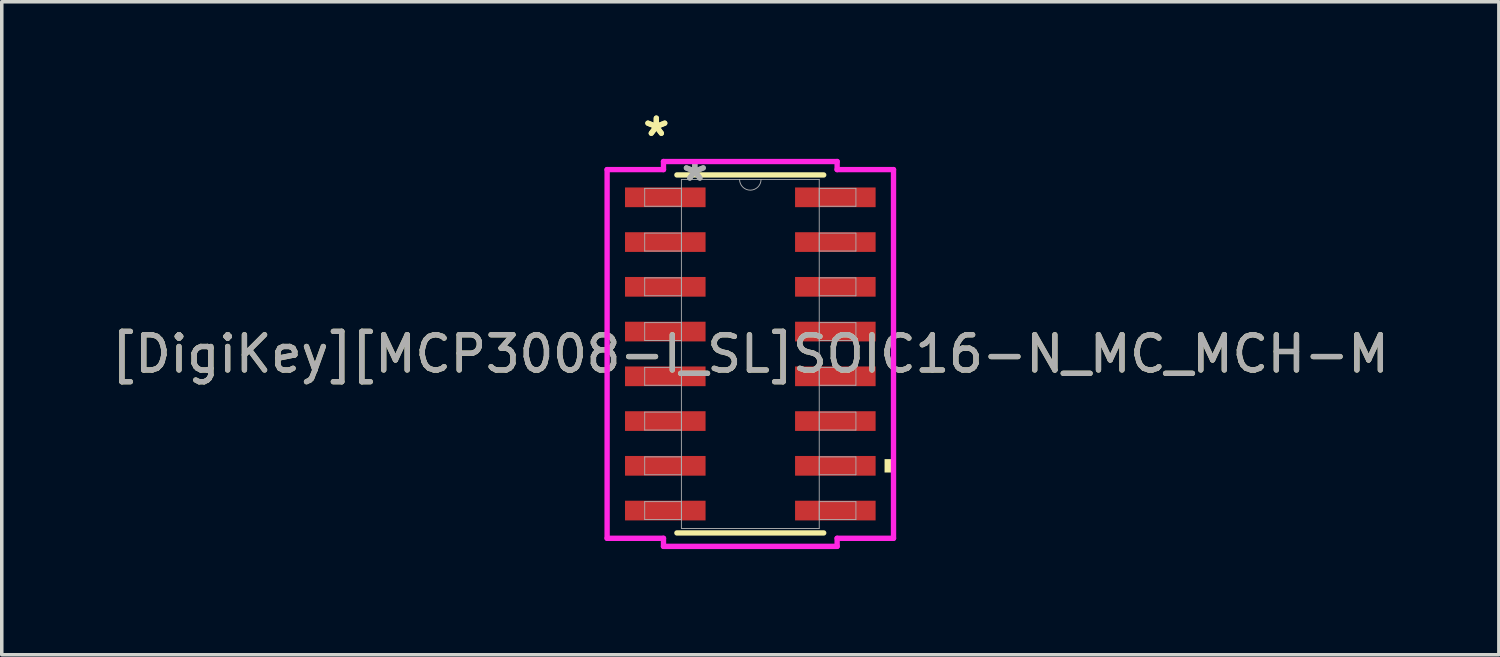
<source format=kicad_pcb>
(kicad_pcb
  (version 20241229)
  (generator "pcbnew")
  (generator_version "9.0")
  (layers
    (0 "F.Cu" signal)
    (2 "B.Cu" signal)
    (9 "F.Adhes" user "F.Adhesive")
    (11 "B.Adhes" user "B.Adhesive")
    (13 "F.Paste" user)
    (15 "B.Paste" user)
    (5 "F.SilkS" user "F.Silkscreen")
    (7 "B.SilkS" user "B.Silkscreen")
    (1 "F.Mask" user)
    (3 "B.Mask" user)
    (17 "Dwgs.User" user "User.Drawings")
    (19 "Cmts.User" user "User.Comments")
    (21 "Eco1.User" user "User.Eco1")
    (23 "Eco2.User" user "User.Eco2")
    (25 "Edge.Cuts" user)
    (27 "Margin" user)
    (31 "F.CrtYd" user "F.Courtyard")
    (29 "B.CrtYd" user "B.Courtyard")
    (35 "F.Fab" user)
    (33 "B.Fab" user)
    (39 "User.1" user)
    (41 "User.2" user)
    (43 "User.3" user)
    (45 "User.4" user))
  (footprint "[DigiKey][MCP3008-I_SL]SOIC16-N_MC_MCH-M"
    (layer "F.Cu")
    (at 18.244 6.995)
    (property "Reference" "[DigiKey][MCP3008-I_SL]SOIC16-N_MC_MCH-M" (at 0 0 0) (unlocked yes) (layer "F.SilkS") (effects (font (size 1 1) (thickness 0.15))))
    (attr smd)
    (fp_line (start -2.083 5.08) (end 2.083 5.08) (stroke (width 0.152) (type solid)) (layer "F.SilkS"))
    (fp_line (start 2.083 -5.08) (end -2.083 -5.08) (stroke (width 0.152) (type solid)) (layer "F.SilkS"))
    (fp_poly (pts (xy 4.064 2.985) (xy 4.064 3.365) (xy 3.81 3.365) (xy 3.81 2.985)) (stroke (width 0) (type solid)) (fill yes) (layer "F.SilkS"))
    (fp_line (start -4.064 -5.232) (end -2.464 -5.232) (stroke (width 0.152) (type solid)) (layer "F.CrtYd"))
    (fp_line (start -4.064 5.232) (end -4.064 -5.232) (stroke (width 0.152) (type solid)) (layer "F.CrtYd"))
    (fp_line (start -4.064 5.232) (end -2.464 5.232) (stroke (width 0.152) (type solid)) (layer "F.CrtYd"))
    (fp_line (start -2.464 -5.461) (end 2.464 -5.461) (stroke (width 0.152) (type solid)) (layer "F.CrtYd"))
    (fp_line (start -2.464 -5.232) (end -2.464 -5.461) (stroke (width 0.152) (type solid)) (layer "F.CrtYd"))
    (fp_line (start -2.464 5.461) (end -2.464 5.232) (stroke (width 0.152) (type solid)) (layer "F.CrtYd"))
    (fp_line (start 2.464 -5.461) (end 2.464 -5.232) (stroke (width 0.152) (type solid)) (layer "F.CrtYd"))
    (fp_line (start 2.464 5.232) (end 2.464 5.461) (stroke (width 0.152) (type solid)) (layer "F.CrtYd"))
    (fp_line (start 2.464 5.461) (end -2.464 5.461) (stroke (width 0.152) (type solid)) (layer "F.CrtYd"))
    (fp_line (start 4.064 -5.232) (end 2.464 -5.232) (stroke (width 0.152) (type solid)) (layer "F.CrtYd"))
    (fp_line (start 4.064 -5.232) (end 4.064 5.232) (stroke (width 0.152) (type solid)) (layer "F.CrtYd"))
    (fp_line (start 4.064 5.232) (end 2.464 5.232) (stroke (width 0.152) (type solid)) (layer "F.CrtYd"))
    (fp_line (start -2.997 -4.699) (end -2.997 -4.191) (stroke (width 0.025) (type solid)) (layer "F.Fab"))
    (fp_line (start -2.997 -4.191) (end -1.956 -4.191) (stroke (width 0.025) (type solid)) (layer "F.Fab"))
    (fp_line (start -2.997 -3.429) (end -2.997 -2.921) (stroke (width 0.025) (type solid)) (layer "F.Fab"))
    (fp_line (start -2.997 -2.921) (end -1.956 -2.921) (stroke (width 0.025) (type solid)) (layer "F.Fab"))
    (fp_line (start -2.997 -2.159) (end -2.997 -1.651) (stroke (width 0.025) (type solid)) (layer "F.Fab"))
    (fp_line (start -2.997 -1.651) (end -1.956 -1.651) (stroke (width 0.025) (type solid)) (layer "F.Fab"))
    (fp_line (start -2.997 -0.889) (end -2.997 -0.381) (stroke (width 0.025) (type solid)) (layer "F.Fab"))
    (fp_line (start -2.997 -0.381) (end -1.956 -0.381) (stroke (width 0.025) (type solid)) (layer "F.Fab"))
    (fp_line (start -2.997 0.381) (end -2.997 0.889) (stroke (width 0.025) (type solid)) (layer "F.Fab"))
    (fp_line (start -2.997 0.889) (end -1.956 0.889) (stroke (width 0.025) (type solid)) (layer "F.Fab"))
    (fp_line (start -2.997 1.651) (end -2.997 2.159) (stroke (width 0.025) (type solid)) (layer "F.Fab"))
    (fp_line (start -2.997 2.159) (end -1.956 2.159) (stroke (width 0.025) (type solid)) (layer "F.Fab"))
    (fp_line (start -2.997 2.921) (end -2.997 3.429) (stroke (width 0.025) (type solid)) (layer "F.Fab"))
    (fp_line (start -2.997 3.429) (end -1.956 3.429) (stroke (width 0.025) (type solid)) (layer "F.Fab"))
    (fp_line (start -2.997 4.191) (end -2.997 4.699) (stroke (width 0.025) (type solid)) (layer "F.Fab"))
    (fp_line (start -2.997 4.699) (end -1.956 4.699) (stroke (width 0.025) (type solid)) (layer "F.Fab"))
    (fp_line (start -1.956 -4.953) (end -1.956 4.953) (stroke (width 0.025) (type solid)) (layer "F.Fab"))
    (fp_line (start -1.956 -4.699) (end -2.997 -4.699) (stroke (width 0.025) (type solid)) (layer "F.Fab"))
    (fp_line (start -1.956 -4.191) (end -1.956 -4.699) (stroke (width 0.025) (type solid)) (layer "F.Fab"))
    (fp_line (start -1.956 -3.429) (end -2.997 -3.429) (stroke (width 0.025) (type solid)) (layer "F.Fab"))
    (fp_line (start -1.956 -2.921) (end -1.956 -3.429) (stroke (width 0.025) (type solid)) (layer "F.Fab"))
    (fp_line (start -1.956 -2.159) (end -2.997 -2.159) (stroke (width 0.025) (type solid)) (layer "F.Fab"))
    (fp_line (start -1.956 -1.651) (end -1.956 -2.159) (stroke (width 0.025) (type solid)) (layer "F.Fab"))
    (fp_line (start -1.956 -0.889) (end -2.997 -0.889) (stroke (width 0.025) (type solid)) (layer "F.Fab"))
    (fp_line (start -1.956 -0.381) (end -1.956 -0.889) (stroke (width 0.025) (type solid)) (layer "F.Fab"))
    (fp_line (start -1.956 0.381) (end -2.997 0.381) (stroke (width 0.025) (type solid)) (layer "F.Fab"))
    (fp_line (start -1.956 0.889) (end -1.956 0.381) (stroke (width 0.025) (type solid)) (layer "F.Fab"))
    (fp_line (start -1.956 1.651) (end -2.997 1.651) (stroke (width 0.025) (type solid)) (layer "F.Fab"))
    (fp_line (start -1.956 2.159) (end -1.956 1.651) (stroke (width 0.025) (type solid)) (layer "F.Fab"))
    (fp_line (start -1.956 2.921) (end -2.997 2.921) (stroke (width 0.025) (type solid)) (layer "F.Fab"))
    (fp_line (start -1.956 3.429) (end -1.956 2.921) (stroke (width 0.025) (type solid)) (layer "F.Fab"))
    (fp_line (start -1.956 4.191) (end -2.997 4.191) (stroke (width 0.025) (type solid)) (layer "F.Fab"))
    (fp_line (start -1.956 4.699) (end -1.956 4.191) (stroke (width 0.025) (type solid)) (layer "F.Fab"))
    (fp_line (start -1.956 4.953) (end 1.956 4.953) (stroke (width 0.025) (type solid)) (layer "F.Fab"))
    (fp_line (start 1.956 -4.953) (end -1.956 -4.953) (stroke (width 0.025) (type solid)) (layer "F.Fab"))
    (fp_line (start 1.956 -4.699) (end 1.956 -4.191) (stroke (width 0.025) (type solid)) (layer "F.Fab"))
    (fp_line (start 1.956 -4.191) (end 2.997 -4.191) (stroke (width 0.025) (type solid)) (layer "F.Fab"))
    (fp_line (start 1.956 -3.429) (end 1.956 -2.921) (stroke (width 0.025) (type solid)) (layer "F.Fab"))
    (fp_line (start 1.956 -2.921) (end 2.997 -2.921) (stroke (width 0.025) (type solid)) (layer "F.Fab"))
    (fp_line (start 1.956 -2.159) (end 1.956 -1.651) (stroke (width 0.025) (type solid)) (layer "F.Fab"))
    (fp_line (start 1.956 -1.651) (end 2.997 -1.651) (stroke (width 0.025) (type solid)) (layer "F.Fab"))
    (fp_line (start 1.956 -0.889) (end 1.956 -0.381) (stroke (width 0.025) (type solid)) (layer "F.Fab"))
    (fp_line (start 1.956 -0.381) (end 2.997 -0.381) (stroke (width 0.025) (type solid)) (layer "F.Fab"))
    (fp_line (start 1.956 0.381) (end 1.956 0.889) (stroke (width 0.025) (type solid)) (layer "F.Fab"))
    (fp_line (start 1.956 0.889) (end 2.997 0.889) (stroke (width 0.025) (type solid)) (layer "F.Fab"))
    (fp_line (start 1.956 1.651) (end 1.956 2.159) (stroke (width 0.025) (type solid)) (layer "F.Fab"))
    (fp_line (start 1.956 2.159) (end 2.997 2.159) (stroke (width 0.025) (type solid)) (layer "F.Fab"))
    (fp_line (start 1.956 2.921) (end 1.956 3.429) (stroke (width 0.025) (type solid)) (layer "F.Fab"))
    (fp_line (start 1.956 3.429) (end 2.997 3.429) (stroke (width 0.025) (type solid)) (layer "F.Fab"))
    (fp_line (start 1.956 4.191) (end 1.956 4.699) (stroke (width 0.025) (type solid)) (layer "F.Fab"))
    (fp_line (start 1.956 4.699) (end 2.997 4.699) (stroke (width 0.025) (type solid)) (layer "F.Fab"))
    (fp_line (start 1.956 4.953) (end 1.956 -4.953) (stroke (width 0.025) (type solid)) (layer "F.Fab"))
    (fp_line (start 2.997 -4.699) (end 1.956 -4.699) (stroke (width 0.025) (type solid)) (layer "F.Fab"))
    (fp_line (start 2.997 -4.191) (end 2.997 -4.699) (stroke (width 0.025) (type solid)) (layer "F.Fab"))
    (fp_line (start 2.997 -3.429) (end 1.956 -3.429) (stroke (width 0.025) (type solid)) (layer "F.Fab"))
    (fp_line (start 2.997 -2.921) (end 2.997 -3.429) (stroke (width 0.025) (type solid)) (layer "F.Fab"))
    (fp_line (start 2.997 -2.159) (end 1.956 -2.159) (stroke (width 0.025) (type solid)) (layer "F.Fab"))
    (fp_line (start 2.997 -1.651) (end 2.997 -2.159) (stroke (width 0.025) (type solid)) (layer "F.Fab"))
    (fp_line (start 2.997 -0.889) (end 1.956 -0.889) (stroke (width 0.025) (type solid)) (layer "F.Fab"))
    (fp_line (start 2.997 -0.381) (end 2.997 -0.889) (stroke (width 0.025) (type solid)) (layer "F.Fab"))
    (fp_line (start 2.997 0.381) (end 1.956 0.381) (stroke (width 0.025) (type solid)) (layer "F.Fab"))
    (fp_line (start 2.997 0.889) (end 2.997 0.381) (stroke (width 0.025) (type solid)) (layer "F.Fab"))
    (fp_line (start 2.997 1.651) (end 1.956 1.651) (stroke (width 0.025) (type solid)) (layer "F.Fab"))
    (fp_line (start 2.997 2.159) (end 2.997 1.651) (stroke (width 0.025) (type solid)) (layer "F.Fab"))
    (fp_line (start 2.997 2.921) (end 1.956 2.921) (stroke (width 0.025) (type solid)) (layer "F.Fab"))
    (fp_line (start 2.997 3.429) (end 2.997 2.921) (stroke (width 0.025) (type solid)) (layer "F.Fab"))
    (fp_line (start 2.997 4.191) (end 1.956 4.191) (stroke (width 0.025) (type solid)) (layer "F.Fab"))
    (fp_line (start 2.997 4.699) (end 2.997 4.191) (stroke (width 0.025) (type solid)) (layer "F.Fab"))
    (fp_arc (start 0.3048 -4.953) (mid 0 -4.6482) (end -0.3048 -4.953) (stroke (width 0.0254) (type solid)) (layer "F.Fab"))
    (fp_text user "*" (at -2.667 -6.147 0) (unlocked yes) (layer "F.SilkS") (effects (font (size 1 1) (thickness 0.15))))
    (fp_text user "*" (at -2.667 -6.147 0) (layer "F.SilkS") (effects (font (size 1 1) (thickness 0.15))))
    (fp_text user "*" (at -1.575 -4.877 0) (layer "F.Fab") (effects (font (size 1 1) (thickness 0.15))))
    (fp_text user "*" (at -1.575 -4.877 0) (unlocked yes) (layer "F.Fab") (effects (font (size 1 1) (thickness 0.15))))
    (fp_text user "${REFERENCE}" (at 0 0 0) (unlocked yes) (layer "F.Fab") (effects (font (size 1 1) (thickness 0.15))))
    (pad "1" smd rect (at -2.413 -4.445) (size 2.286 0.559) (layers "F.Cu" "F.Mask" "F.Paste"))
    (pad "2" smd rect (at -2.413 -3.175) (size 2.286 0.559) (layers "F.Cu" "F.Mask" "F.Paste"))
    (pad "3" smd rect (at -2.413 -1.905) (size 2.286 0.559) (layers "F.Cu" "F.Mask" "F.Paste"))
    (pad "4" smd rect (at -2.413 -0.635) (size 2.286 0.559) (layers "F.Cu" "F.Mask" "F.Paste"))
    (pad "5" smd rect (at -2.413 0.635) (size 2.286 0.559) (layers "F.Cu" "F.Mask" "F.Paste"))
    (pad "6" smd rect (at -2.413 1.905) (size 2.286 0.559) (layers "F.Cu" "F.Mask" "F.Paste"))
    (pad "7" smd rect (at -2.413 3.175) (size 2.286 0.559) (layers "F.Cu" "F.Mask" "F.Paste"))
    (pad "8" smd rect (at -2.413 4.445) (size 2.286 0.559) (layers "F.Cu" "F.Mask" "F.Paste"))
    (pad "9" smd rect (at 2.413 4.445) (size 2.286 0.559) (layers "F.Cu" "F.Mask" "F.Paste"))
    (pad "10" smd rect (at 2.413 3.175) (size 2.286 0.559) (layers "F.Cu" "F.Mask" "F.Paste"))
    (pad "11" smd rect (at 2.413 1.905) (size 2.286 0.559) (layers "F.Cu" "F.Mask" "F.Paste"))
    (pad "12" smd rect (at 2.413 0.635) (size 2.286 0.559) (layers "F.Cu" "F.Mask" "F.Paste"))
    (pad "13" smd rect (at 2.413 -0.635) (size 2.286 0.559) (layers "F.Cu" "F.Mask" "F.Paste"))
    (pad "14" smd rect (at 2.413 -1.905) (size 2.286 0.559) (layers "F.Cu" "F.Mask" "F.Paste"))
    (pad "15" smd rect (at 2.413 -3.175) (size 2.286 0.559) (layers "F.Cu" "F.Mask" "F.Paste"))
    (pad "16" smd rect (at 2.413 -4.445) (size 2.286 0.559) (layers "F.Cu" "F.Mask" "F.Paste")))
  (gr_rect
    (start -3 -3)
    (end 39.488 15.532)
    (stroke (width 0.1) (type default))
    (fill no)
    (layer "Edge.Cuts")))
</source>
